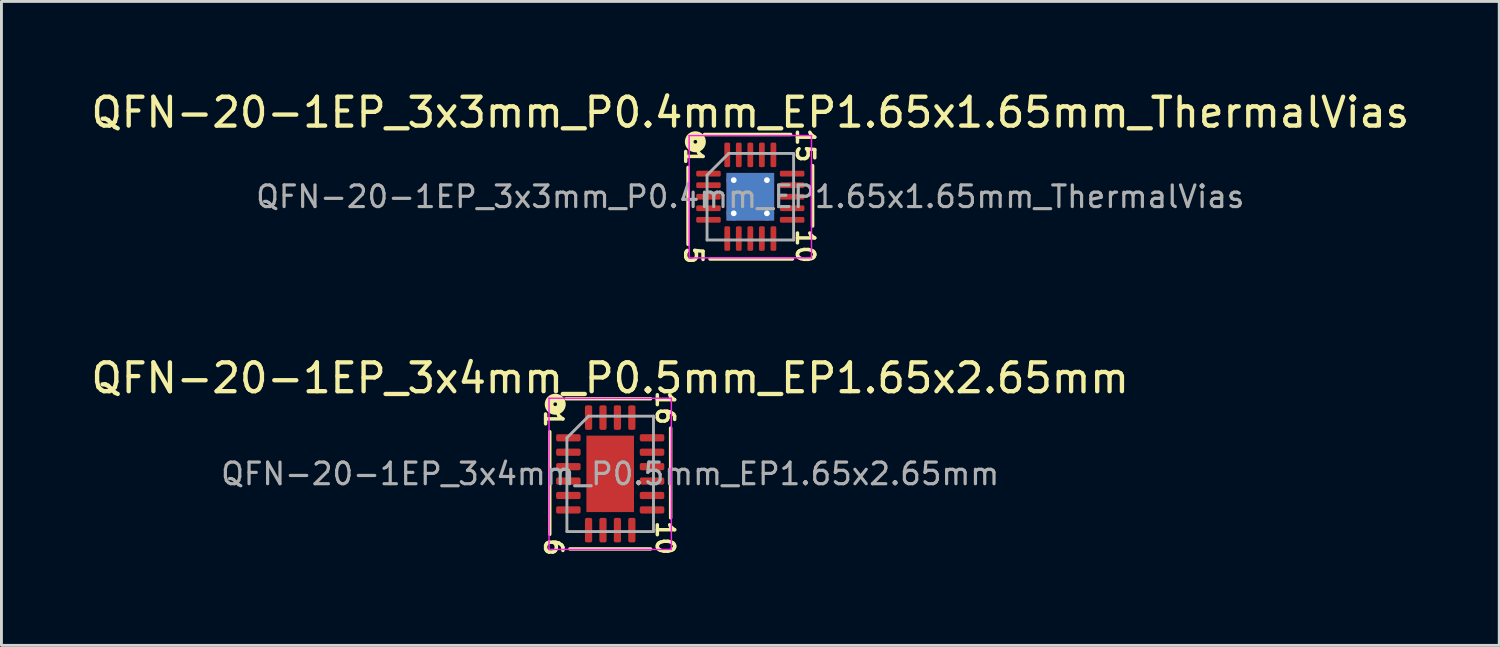
<source format=kicad_pcb>
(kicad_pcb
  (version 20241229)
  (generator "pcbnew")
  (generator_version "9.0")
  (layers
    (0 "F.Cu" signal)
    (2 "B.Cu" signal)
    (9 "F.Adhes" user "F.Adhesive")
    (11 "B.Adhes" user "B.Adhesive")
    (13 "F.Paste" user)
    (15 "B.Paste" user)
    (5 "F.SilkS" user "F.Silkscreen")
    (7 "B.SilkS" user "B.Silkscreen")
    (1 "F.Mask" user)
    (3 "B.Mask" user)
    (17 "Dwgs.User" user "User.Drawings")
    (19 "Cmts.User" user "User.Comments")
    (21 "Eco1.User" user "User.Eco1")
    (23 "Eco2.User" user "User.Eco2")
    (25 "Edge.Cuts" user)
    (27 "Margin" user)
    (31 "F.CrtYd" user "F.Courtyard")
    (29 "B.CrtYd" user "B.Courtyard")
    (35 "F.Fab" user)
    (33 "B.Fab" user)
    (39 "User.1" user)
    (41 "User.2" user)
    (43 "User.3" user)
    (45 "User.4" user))
  (footprint "QFN-20-1EP_3x3mm_P0.4mm_EP1.65x1.65mm_ThermalVias"
    (layer "F.Cu")
    (at 22.958 3.769)
    (property "Reference" "QFN-20-1EP_3x3mm_P0.4mm_EP1.65x1.65mm_ThermalVias" (at 0 -2.921 0) (layer "F.SilkS") (effects (font (size 1 1) (thickness 0.15))))
    (attr smd)
    (fp_line (start -2.159 -1.016) (end -2.159 1.651) (stroke (width 0.12) (type solid)) (layer "F.SilkS"))
    (fp_line (start -1.397 2.159) (end 1.46 2.159) (stroke (width 0.12) (type solid)) (layer "F.SilkS"))
    (fp_line (start 1.397 -2.159) (end -1.587 -2.159) (stroke (width 0.12) (type solid)) (layer "F.SilkS"))
    (fp_line (start 2.159 1.016) (end 2.159 -1.079) (stroke (width 0.12) (type solid)) (layer "F.SilkS"))
    (fp_circle (center -1.905 -1.905) (end -1.841 -1.905) (stroke (width 0.3) (type solid)) (fill no) (layer "F.SilkS"))
    (fp_line (start -2.12 -2.12) (end -2.12 2.12) (stroke (width 0.05) (type solid)) (layer "F.CrtYd"))
    (fp_line (start -2.12 2.12) (end 2.12 2.12) (stroke (width 0.05) (type solid)) (layer "F.CrtYd"))
    (fp_line (start 2.12 -2.12) (end -2.12 -2.12) (stroke (width 0.05) (type solid)) (layer "F.CrtYd"))
    (fp_line (start 2.12 2.12) (end 2.12 -2.12) (stroke (width 0.05) (type solid)) (layer "F.CrtYd"))
    (fp_line (start -1.5 -0.75) (end -0.75 -1.5) (stroke (width 0.1) (type solid)) (layer "F.Fab"))
    (fp_line (start -1.5 1.5) (end -1.5 -0.75) (stroke (width 0.1) (type solid)) (layer "F.Fab"))
    (fp_line (start -0.75 -1.5) (end 1.5 -1.5) (stroke (width 0.1) (type solid)) (layer "F.Fab"))
    (fp_line (start 1.5 -1.5) (end 1.5 1.5) (stroke (width 0.1) (type solid)) (layer "F.Fab"))
    (fp_line (start 1.5 1.5) (end -1.5 1.5) (stroke (width 0.1) (type solid)) (layer "F.Fab"))
    (fp_text user "15" (at 1.905 -1.778 270) (unlocked yes) (layer "F.SilkS") (effects (font (size 0.6 0.6) (thickness 0.12))))
    (fp_text user "5" (at -1.968 2.032 270) (unlocked yes) (layer "F.SilkS") (effects (font (size 0.6 0.6) (thickness 0.12))))
    (fp_text user "10" (at 1.905 1.714 270) (unlocked yes) (layer "F.SilkS") (effects (font (size 0.6 0.6) (thickness 0.12))))
    (fp_text user "1" (at -1.968 -1.397 270) (unlocked yes) (layer "F.SilkS") (effects (font (size 0.6 0.6) (thickness 0.12))))
    (fp_text user "${REFERENCE}" (at 0 0 0) (layer "F.Fab") (effects (font (size 0.75 0.75) (thickness 0.11))))
    (pad "" smd roundrect (at -0.41 -0.41) (size 0.69 0.69) (layers "F.Paste") (roundrect_rratio 0.25))
    (pad "" smd roundrect (at -0.41 0.41) (size 0.69 0.69) (layers "F.Paste") (roundrect_rratio 0.25))
    (pad "" smd roundrect (at 0.41 -0.41) (size 0.69 0.69) (layers "F.Paste") (roundrect_rratio 0.25))
    (pad "" smd roundrect (at 0.41 0.41) (size 0.69 0.69) (layers "F.Paste") (roundrect_rratio 0.25))
    (pad "1" smd roundrect (at -1.45 -0.8) (size 0.85 0.2) (layers "F.Cu" "F.Mask" "F.Paste") (roundrect_rratio 0.25))
    (pad "2" smd roundrect (at -1.45 -0.4) (size 0.85 0.2) (layers "F.Cu" "F.Mask" "F.Paste") (roundrect_rratio 0.25))
    (pad "3" smd roundrect (at -1.45 0) (size 0.85 0.2) (layers "F.Cu" "F.Mask" "F.Paste") (roundrect_rratio 0.25))
    (pad "4" smd roundrect (at -1.45 0.4) (size 0.85 0.2) (layers "F.Cu" "F.Mask" "F.Paste") (roundrect_rratio 0.25))
    (pad "5" smd roundrect (at -1.45 0.8) (size 0.85 0.2) (layers "F.Cu" "F.Mask" "F.Paste") (roundrect_rratio 0.25))
    (pad "6" smd roundrect (at -0.8 1.45) (size 0.2 0.85) (layers "F.Cu" "F.Mask" "F.Paste") (roundrect_rratio 0.25))
    (pad "7" smd roundrect (at -0.4 1.45) (size 0.2 0.85) (layers "F.Cu" "F.Mask" "F.Paste") (roundrect_rratio 0.25))
    (pad "8" smd roundrect (at 0 1.45) (size 0.2 0.85) (layers "F.Cu" "F.Mask" "F.Paste") (roundrect_rratio 0.25))
    (pad "9" smd roundrect (at 0.4 1.45) (size 0.2 0.85) (layers "F.Cu" "F.Mask" "F.Paste") (roundrect_rratio 0.25))
    (pad "10" smd roundrect (at 0.8 1.45) (size 0.2 0.85) (layers "F.Cu" "F.Mask" "F.Paste") (roundrect_rratio 0.25))
    (pad "11" smd roundrect (at 1.45 0.8) (size 0.85 0.2) (layers "F.Cu" "F.Mask" "F.Paste") (roundrect_rratio 0.25))
    (pad "12" smd roundrect (at 1.45 0.4) (size 0.85 0.2) (layers "F.Cu" "F.Mask" "F.Paste") (roundrect_rratio 0.25))
    (pad "13" smd roundrect (at 1.45 0) (size 0.85 0.2) (layers "F.Cu" "F.Mask" "F.Paste") (roundrect_rratio 0.25))
    (pad "14" smd roundrect (at 1.45 -0.4) (size 0.85 0.2) (layers "F.Cu" "F.Mask" "F.Paste") (roundrect_rratio 0.25))
    (pad "15" smd roundrect (at 1.45 -0.8) (size 0.85 0.2) (layers "F.Cu" "F.Mask" "F.Paste") (roundrect_rratio 0.25))
    (pad "16" smd roundrect (at 0.8 -1.45) (size 0.2 0.85) (layers "F.Cu" "F.Mask" "F.Paste") (roundrect_rratio 0.25))
    (pad "17" smd roundrect (at 0.4 -1.45) (size 0.2 0.85) (layers "F.Cu" "F.Mask" "F.Paste") (roundrect_rratio 0.25))
    (pad "18" smd roundrect (at 0 -1.45) (size 0.2 0.85) (layers "F.Cu" "F.Mask" "F.Paste") (roundrect_rratio 0.25))
    (pad "19" smd roundrect (at -0.4 -1.45) (size 0.2 0.85) (layers "F.Cu" "F.Mask" "F.Paste") (roundrect_rratio 0.25))
    (pad "20" smd roundrect (at -0.8 -1.45) (size 0.2 0.85) (layers "F.Cu" "F.Mask" "F.Paste") (roundrect_rratio 0.25))
    (pad "21" thru_hole circle (at -0.575 -0.575) (size 0.5 0.5) (drill 0.2) (layers "*.Cu"))
    (pad "21" thru_hole circle (at -0.575 0.575) (size 0.5 0.5) (drill 0.2) (layers "*.Cu"))
    (pad "21" smd rect (at 0 0) (size 1.65 1.65) (layers "F.Cu" "F.Mask"))
    (pad "21" smd rect (at 0 0) (size 1.65 1.65) (layers "B.Cu" "B.Mask"))
    (pad "21" thru_hole circle (at 0.575 -0.575) (size 0.5 0.5) (drill 0.2) (layers "*.Cu"))
    (pad "21" thru_hole circle (at 0.575 0.575) (size 0.5 0.5) (drill 0.2) (layers "*.Cu")))
  (footprint "QFN-20-1EP_3x4mm_P0.5mm_EP1.65x2.65mm"
    (layer "F.Cu")
    (at 18.101 13.375)
    (property "Reference" "QFN-20-1EP_3x4mm_P0.5mm_EP1.65x2.65mm" (at 0 -3.32 0) (layer "F.SilkS") (effects (font (size 1 1) (thickness 0.15))))
    (attr smd)
    (fp_line (start -2.095 -1.46) (end -2.095 2.095) (stroke (width 0.12) (type solid)) (layer "F.SilkS"))
    (fp_line (start -1.397 2.603) (end 1.397 2.603) (stroke (width 0.12) (type solid)) (layer "F.SilkS"))
    (fp_line (start 1.397 -2.603) (end -1.524 -2.603) (stroke (width 0.12) (type solid)) (layer "F.SilkS"))
    (fp_line (start 2.095 1.524) (end 2.095 -1.587) (stroke (width 0.12) (type solid)) (layer "F.SilkS"))
    (fp_circle (center -1.905 -2.413) (end -1.841 -2.413) (stroke (width 0.3) (type solid)) (fill no) (layer "F.SilkS"))
    (fp_line (start -2.12 -2.62) (end -2.12 2.62) (stroke (width 0.05) (type solid)) (layer "F.CrtYd"))
    (fp_line (start -2.12 2.62) (end 2.12 2.62) (stroke (width 0.05) (type solid)) (layer "F.CrtYd"))
    (fp_line (start 2.12 -2.62) (end -2.12 -2.62) (stroke (width 0.05) (type solid)) (layer "F.CrtYd"))
    (fp_line (start 2.12 2.62) (end 2.12 -2.62) (stroke (width 0.05) (type solid)) (layer "F.CrtYd"))
    (fp_line (start -1.5 -1.25) (end -0.75 -2) (stroke (width 0.1) (type solid)) (layer "F.Fab"))
    (fp_line (start -1.5 2) (end -1.5 -1.25) (stroke (width 0.1) (type solid)) (layer "F.Fab"))
    (fp_line (start -0.75 -2) (end 1.5 -2) (stroke (width 0.1) (type solid)) (layer "F.Fab"))
    (fp_line (start 1.5 -2) (end 1.5 2) (stroke (width 0.1) (type solid)) (layer "F.Fab"))
    (fp_line (start 1.5 2) (end -1.5 2) (stroke (width 0.1) (type solid)) (layer "F.Fab"))
    (fp_text user "1" (at -1.968 -1.905 270) (unlocked yes) (layer "F.SilkS") (effects (font (size 0.6 0.6) (thickness 0.12))))
    (fp_text user "6" (at -1.968 2.54 270) (unlocked yes) (layer "F.SilkS") (effects (font (size 0.6 0.6) (thickness 0.12))))
    (fp_text user "10" (at 1.905 2.223 270) (unlocked yes) (layer "F.SilkS") (effects (font (size 0.6 0.6) (thickness 0.12))))
    (fp_text user "16" (at 1.905 -2.286 270) (unlocked yes) (layer "F.SilkS") (effects (font (size 0.6 0.6) (thickness 0.12))))
    (fp_text user "${REFERENCE}" (at 0 0 0) (layer "F.Fab") (effects (font (size 0.75 0.75) (thickness 0.11))))
    (pad "" smd roundrect (at -0.41 -0.66) (size 0.67 1.07) (layers "F.Paste") (roundrect_rratio 0.25))
    (pad "" smd roundrect (at -0.41 0.66) (size 0.67 1.07) (layers "F.Paste") (roundrect_rratio 0.25))
    (pad "" smd roundrect (at 0.41 -0.66) (size 0.67 1.07) (layers "F.Paste") (roundrect_rratio 0.25))
    (pad "" smd roundrect (at 0.41 0.66) (size 0.67 1.07) (layers "F.Paste") (roundrect_rratio 0.25))
    (pad "1" smd roundrect (at -1.45 -1.25) (size 0.85 0.25) (layers "F.Cu" "F.Mask" "F.Paste") (roundrect_rratio 0.25))
    (pad "2" smd roundrect (at -1.45 -0.75) (size 0.85 0.25) (layers "F.Cu" "F.Mask" "F.Paste") (roundrect_rratio 0.25))
    (pad "3" smd roundrect (at -1.45 -0.25) (size 0.85 0.25) (layers "F.Cu" "F.Mask" "F.Paste") (roundrect_rratio 0.25))
    (pad "4" smd roundrect (at -1.45 0.25) (size 0.85 0.25) (layers "F.Cu" "F.Mask" "F.Paste") (roundrect_rratio 0.25))
    (pad "5" smd roundrect (at -1.45 0.75) (size 0.85 0.25) (layers "F.Cu" "F.Mask" "F.Paste") (roundrect_rratio 0.25))
    (pad "6" smd roundrect (at -1.45 1.25) (size 0.85 0.25) (layers "F.Cu" "F.Mask" "F.Paste") (roundrect_rratio 0.25))
    (pad "7" smd roundrect (at -0.75 1.95) (size 0.25 0.85) (layers "F.Cu" "F.Mask" "F.Paste") (roundrect_rratio 0.25))
    (pad "8" smd roundrect (at -0.25 1.95) (size 0.25 0.85) (layers "F.Cu" "F.Mask" "F.Paste") (roundrect_rratio 0.25))
    (pad "9" smd roundrect (at 0.25 1.95) (size 0.25 0.85) (layers "F.Cu" "F.Mask" "F.Paste") (roundrect_rratio 0.25))
    (pad "10" smd roundrect (at 0.75 1.95) (size 0.25 0.85) (layers "F.Cu" "F.Mask" "F.Paste") (roundrect_rratio 0.25))
    (pad "11" smd roundrect (at 1.45 1.25) (size 0.85 0.25) (layers "F.Cu" "F.Mask" "F.Paste") (roundrect_rratio 0.25))
    (pad "12" smd roundrect (at 1.45 0.75) (size 0.85 0.25) (layers "F.Cu" "F.Mask" "F.Paste") (roundrect_rratio 0.25))
    (pad "13" smd roundrect (at 1.45 0.25) (size 0.85 0.25) (layers "F.Cu" "F.Mask" "F.Paste") (roundrect_rratio 0.25))
    (pad "14" smd roundrect (at 1.45 -0.25) (size 0.85 0.25) (layers "F.Cu" "F.Mask" "F.Paste") (roundrect_rratio 0.25))
    (pad "15" smd roundrect (at 1.45 -0.75) (size 0.85 0.25) (layers "F.Cu" "F.Mask" "F.Paste") (roundrect_rratio 0.25))
    (pad "16" smd roundrect (at 1.45 -1.25) (size 0.85 0.25) (layers "F.Cu" "F.Mask" "F.Paste") (roundrect_rratio 0.25))
    (pad "17" smd roundrect (at 0.75 -1.95) (size 0.25 0.85) (layers "F.Cu" "F.Mask" "F.Paste") (roundrect_rratio 0.25))
    (pad "18" smd roundrect (at 0.25 -1.95) (size 0.25 0.85) (layers "F.Cu" "F.Mask" "F.Paste") (roundrect_rratio 0.25))
    (pad "19" smd roundrect (at -0.25 -1.95) (size 0.25 0.85) (layers "F.Cu" "F.Mask" "F.Paste") (roundrect_rratio 0.25))
    (pad "20" smd roundrect (at -0.75 -1.95) (size 0.25 0.85) (layers "F.Cu" "F.Mask" "F.Paste") (roundrect_rratio 0.25))
    (pad "21" smd rect (at 0 0) (size 1.65 2.65) (layers "F.Cu" "F.Mask")))
  (gr_rect
    (start -3 -3)
    (end 48.917 19.321)
    (stroke (width 0.1) (type default))
    (fill no)
    (layer "Edge.Cuts")))
</source>
